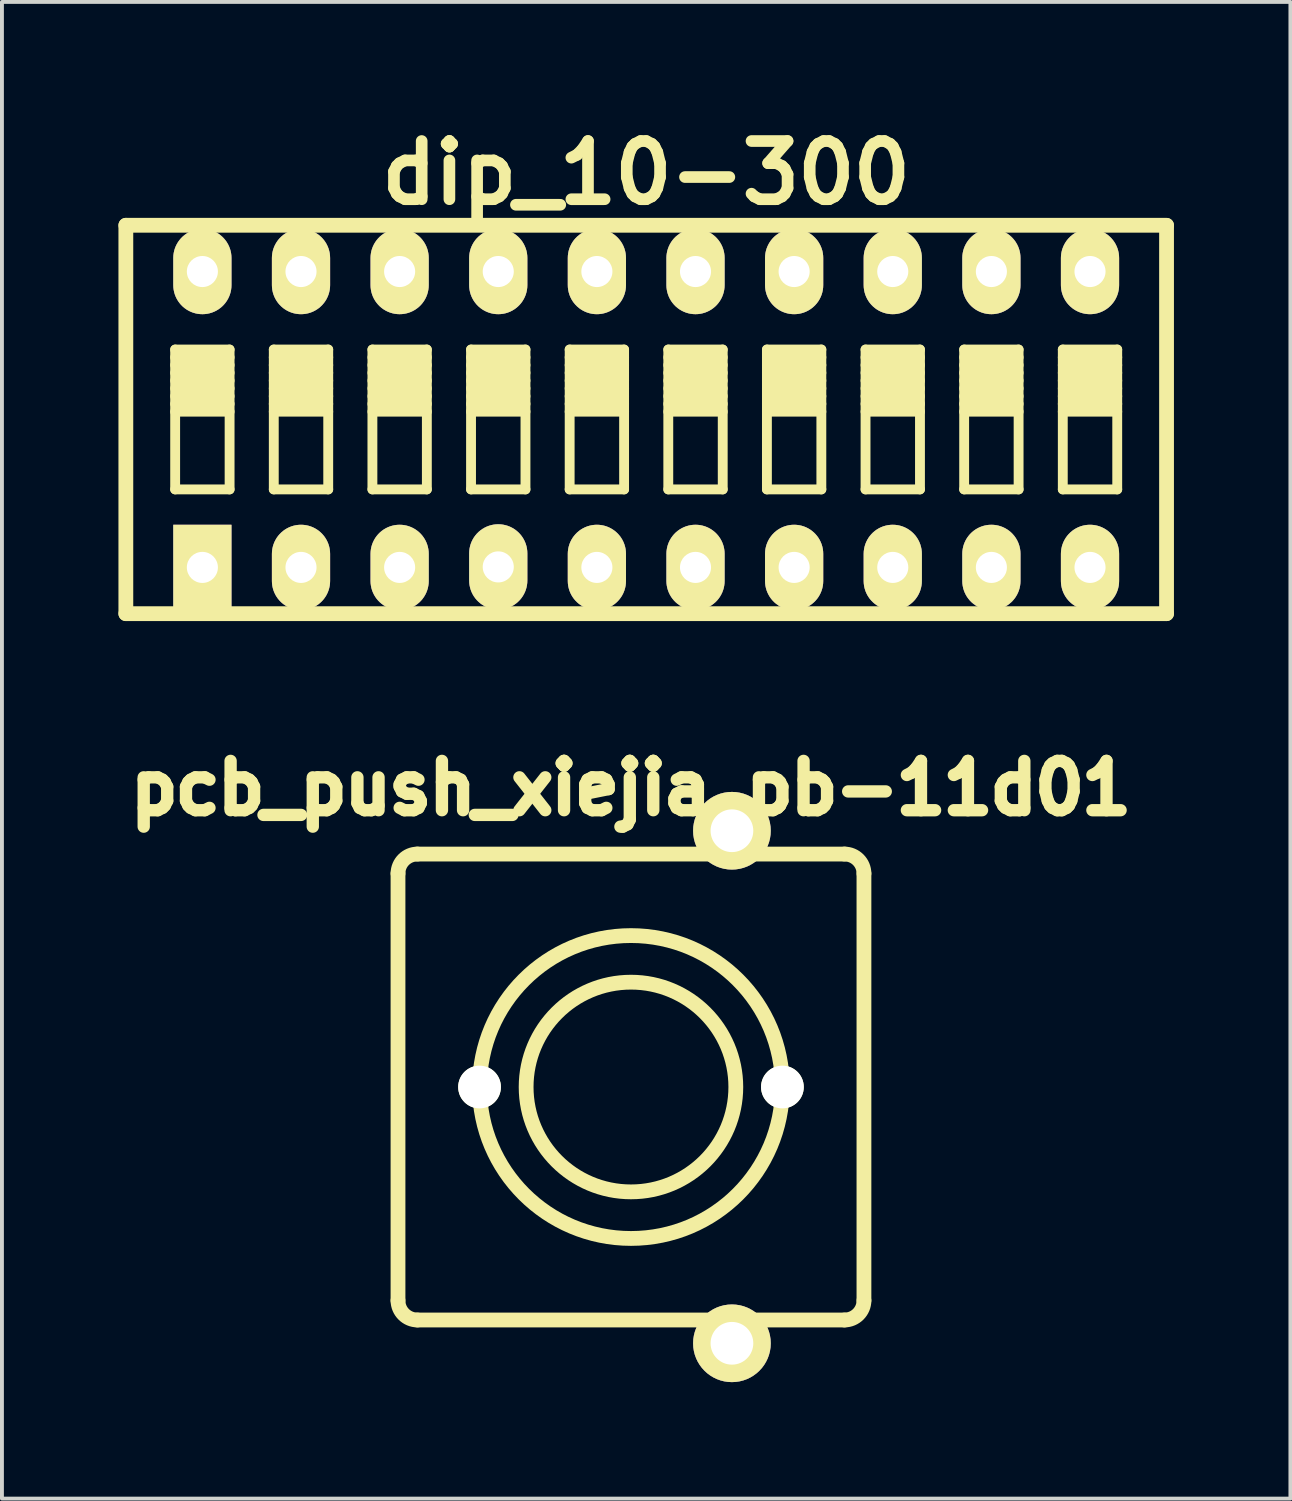
<source format=kicad_pcb>
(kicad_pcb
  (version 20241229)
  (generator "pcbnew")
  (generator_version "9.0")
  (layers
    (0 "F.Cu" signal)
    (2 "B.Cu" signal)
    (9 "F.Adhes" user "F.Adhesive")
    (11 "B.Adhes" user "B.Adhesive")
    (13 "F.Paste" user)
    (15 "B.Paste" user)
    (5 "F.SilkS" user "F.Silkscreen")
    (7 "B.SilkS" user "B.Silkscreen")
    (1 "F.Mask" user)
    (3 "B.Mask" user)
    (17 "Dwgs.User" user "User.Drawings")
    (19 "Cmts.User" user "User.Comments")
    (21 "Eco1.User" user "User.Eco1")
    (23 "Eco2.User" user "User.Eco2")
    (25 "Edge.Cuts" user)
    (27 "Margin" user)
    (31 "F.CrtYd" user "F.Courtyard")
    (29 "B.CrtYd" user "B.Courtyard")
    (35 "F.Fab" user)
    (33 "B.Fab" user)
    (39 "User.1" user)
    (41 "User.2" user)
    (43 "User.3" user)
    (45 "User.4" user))
  (footprint "pcb_push_xiejia_pb-11d01"
    (layer "F.Cu")
    (at 13.2 24.945)
    (property "Reference" "pcb_push_xiejia_pb-11d01" (at 0 -7.7 0) (layer "F.SilkS") (effects (font (size 1.27 1.27) (thickness 0.318))))
    (attr through_hole)
    (fp_line (start -6 5.5) (end -6 -5.5) (stroke (width 0.381) (type solid)) (layer "F.SilkS"))
    (fp_line (start -5.5 -6) (end 5.5 -6) (stroke (width 0.381) (type solid)) (layer "F.SilkS"))
    (fp_line (start 5.5 6) (end -5.5 6) (stroke (width 0.381) (type solid)) (layer "F.SilkS"))
    (fp_line (start 6 -5.5) (end 6 5.5) (stroke (width 0.381) (type solid)) (layer "F.SilkS"))
    (fp_arc (start -6 -5.5) (mid -5.853553 -5.853553) (end -5.5 -6) (stroke (width 0.381) (type solid)) (layer "F.SilkS"))
    (fp_arc (start -5.5 6) (mid -5.853553 5.853553) (end -6 5.5) (stroke (width 0.381) (type solid)) (layer "F.SilkS"))
    (fp_arc (start 5.5 -6) (mid 5.853553 -5.853553) (end 6 -5.5) (stroke (width 0.381) (type solid)) (layer "F.SilkS"))
    (fp_arc (start 6 5.5) (mid 5.853553 5.853553) (end 5.5 6) (stroke (width 0.381) (type solid)) (layer "F.SilkS"))
    (fp_circle (center 0 0) (end 2.7 0) (stroke (width 0.381) (type solid)) (fill no) (layer "F.SilkS"))
    (fp_circle (center 0 0) (end 3.9 0) (stroke (width 0.381) (type solid)) (fill no) (layer "F.SilkS"))
    (pad "" np_thru_hole circle (at -3.9 0) (size 1.1 1.1) (drill 1.1) (layers "*.Cu" "*.Mask" "F.SilkS"))
    (pad "" np_thru_hole circle (at 3.9 0) (size 1.1 1.1) (drill 1.1) (layers "*.Cu" "*.Mask" "F.SilkS"))
    (pad "1" thru_hole circle (at 2.6 -6.6) (size 2 2) (drill 1.1) (layers "*.Cu" "*.Mask" "F.SilkS"))
    (pad "2" thru_hole circle (at 2.6 6.6) (size 2 2) (drill 1.1) (layers "*.Cu" "*.Mask" "F.SilkS")))
  (footprint "dip_10-300"
    (layer "F.Cu")
    (at 13.592 7.753)
    (property "Reference" "dip_10-300" (at 0 -6.35 0) (layer "F.SilkS") (effects (font (size 1.499 1.499) (thickness 0.3))))
    (attr through_hole)
    (fp_line (start -13.401 5.001) (end -13.401 -5.001) (stroke (width 0.381) (type solid)) (layer "F.SilkS"))
    (fp_line (start -13.401 5.001) (end 13.401 5.001) (stroke (width 0.381) (type solid)) (layer "F.SilkS"))
    (fp_line (start -12.131 -1.801) (end -12.131 1.801) (stroke (width 0.254) (type solid)) (layer "F.SilkS"))
    (fp_line (start -12.131 -1.6) (end -10.729 -1.6) (stroke (width 0.254) (type solid)) (layer "F.SilkS"))
    (fp_line (start -12.131 -1.4) (end -10.729 -1.4) (stroke (width 0.254) (type solid)) (layer "F.SilkS"))
    (fp_line (start -12.131 -1.201) (end -10.729 -1.201) (stroke (width 0.254) (type solid)) (layer "F.SilkS"))
    (fp_line (start -12.131 -1.001) (end -10.729 -1.001) (stroke (width 0.254) (type solid)) (layer "F.SilkS"))
    (fp_line (start -12.131 -0.8) (end -10.729 -0.8) (stroke (width 0.254) (type solid)) (layer "F.SilkS"))
    (fp_line (start -12.131 -0.599) (end -10.729 -0.599) (stroke (width 0.254) (type solid)) (layer "F.SilkS"))
    (fp_line (start -12.131 -0.401) (end -10.729 -0.401) (stroke (width 0.254) (type solid)) (layer "F.SilkS"))
    (fp_line (start -12.131 -0.201) (end -10.729 -0.201) (stroke (width 0.254) (type solid)) (layer "F.SilkS"))
    (fp_line (start -12.131 1.801) (end -10.729 1.801) (stroke (width 0.254) (type solid)) (layer "F.SilkS"))
    (fp_line (start -10.729 -1.801) (end -12.131 -1.801) (stroke (width 0.254) (type solid)) (layer "F.SilkS"))
    (fp_line (start -10.729 1.801) (end -10.729 -1.801) (stroke (width 0.254) (type solid)) (layer "F.SilkS"))
    (fp_line (start -9.591 -1.801) (end -9.591 1.801) (stroke (width 0.254) (type solid)) (layer "F.SilkS"))
    (fp_line (start -9.591 -1.6) (end -8.189 -1.6) (stroke (width 0.254) (type solid)) (layer "F.SilkS"))
    (fp_line (start -9.591 -1.4) (end -8.189 -1.4) (stroke (width 0.254) (type solid)) (layer "F.SilkS"))
    (fp_line (start -9.591 -1.201) (end -8.189 -1.201) (stroke (width 0.254) (type solid)) (layer "F.SilkS"))
    (fp_line (start -9.591 -1.001) (end -8.189 -1.001) (stroke (width 0.254) (type solid)) (layer "F.SilkS"))
    (fp_line (start -9.591 -0.8) (end -8.189 -0.8) (stroke (width 0.254) (type solid)) (layer "F.SilkS"))
    (fp_line (start -9.591 -0.599) (end -8.189 -0.599) (stroke (width 0.254) (type solid)) (layer "F.SilkS"))
    (fp_line (start -9.591 -0.401) (end -8.189 -0.401) (stroke (width 0.254) (type solid)) (layer "F.SilkS"))
    (fp_line (start -9.591 -0.201) (end -8.189 -0.201) (stroke (width 0.254) (type solid)) (layer "F.SilkS"))
    (fp_line (start -9.591 1.801) (end -8.189 1.801) (stroke (width 0.254) (type solid)) (layer "F.SilkS"))
    (fp_line (start -8.189 -1.801) (end -9.591 -1.801) (stroke (width 0.254) (type solid)) (layer "F.SilkS"))
    (fp_line (start -8.189 1.801) (end -8.189 -1.801) (stroke (width 0.254) (type solid)) (layer "F.SilkS"))
    (fp_line (start -7.051 -1.801) (end -7.051 1.801) (stroke (width 0.254) (type solid)) (layer "F.SilkS"))
    (fp_line (start -7.051 -1.6) (end -5.649 -1.6) (stroke (width 0.254) (type solid)) (layer "F.SilkS"))
    (fp_line (start -7.051 -1.4) (end -5.649 -1.4) (stroke (width 0.254) (type solid)) (layer "F.SilkS"))
    (fp_line (start -7.051 -1.201) (end -5.649 -1.201) (stroke (width 0.254) (type solid)) (layer "F.SilkS"))
    (fp_line (start -7.051 -1.001) (end -5.649 -1.001) (stroke (width 0.254) (type solid)) (layer "F.SilkS"))
    (fp_line (start -7.051 -0.8) (end -5.649 -0.8) (stroke (width 0.254) (type solid)) (layer "F.SilkS"))
    (fp_line (start -7.051 -0.599) (end -5.649 -0.599) (stroke (width 0.254) (type solid)) (layer "F.SilkS"))
    (fp_line (start -7.051 -0.401) (end -5.649 -0.401) (stroke (width 0.254) (type solid)) (layer "F.SilkS"))
    (fp_line (start -7.051 -0.201) (end -5.649 -0.201) (stroke (width 0.254) (type solid)) (layer "F.SilkS"))
    (fp_line (start -7.051 1.801) (end -5.649 1.801) (stroke (width 0.254) (type solid)) (layer "F.SilkS"))
    (fp_line (start -5.649 -1.801) (end -7.051 -1.801) (stroke (width 0.254) (type solid)) (layer "F.SilkS"))
    (fp_line (start -5.649 1.801) (end -5.649 -1.801) (stroke (width 0.254) (type solid)) (layer "F.SilkS"))
    (fp_line (start -4.511 -1.801) (end -4.511 1.801) (stroke (width 0.254) (type solid)) (layer "F.SilkS"))
    (fp_line (start -4.511 -1.6) (end -3.109 -1.6) (stroke (width 0.254) (type solid)) (layer "F.SilkS"))
    (fp_line (start -4.511 -1.4) (end -3.109 -1.4) (stroke (width 0.254) (type solid)) (layer "F.SilkS"))
    (fp_line (start -4.511 -1.201) (end -3.109 -1.201) (stroke (width 0.254) (type solid)) (layer "F.SilkS"))
    (fp_line (start -4.511 -1.001) (end -3.109 -1.001) (stroke (width 0.254) (type solid)) (layer "F.SilkS"))
    (fp_line (start -4.511 -0.8) (end -3.109 -0.8) (stroke (width 0.254) (type solid)) (layer "F.SilkS"))
    (fp_line (start -4.511 -0.599) (end -3.109 -0.599) (stroke (width 0.254) (type solid)) (layer "F.SilkS"))
    (fp_line (start -4.511 -0.401) (end -3.109 -0.401) (stroke (width 0.254) (type solid)) (layer "F.SilkS"))
    (fp_line (start -4.511 -0.201) (end -3.109 -0.201) (stroke (width 0.254) (type solid)) (layer "F.SilkS"))
    (fp_line (start -4.511 1.801) (end -3.109 1.801) (stroke (width 0.254) (type solid)) (layer "F.SilkS"))
    (fp_line (start -3.109 -1.801) (end -4.511 -1.801) (stroke (width 0.254) (type solid)) (layer "F.SilkS"))
    (fp_line (start -3.109 1.801) (end -3.109 -1.801) (stroke (width 0.254) (type solid)) (layer "F.SilkS"))
    (fp_line (start -1.971 -1.801) (end -1.971 1.801) (stroke (width 0.254) (type solid)) (layer "F.SilkS"))
    (fp_line (start -1.971 -1.6) (end -0.569 -1.6) (stroke (width 0.254) (type solid)) (layer "F.SilkS"))
    (fp_line (start -1.971 -1.4) (end -0.569 -1.4) (stroke (width 0.254) (type solid)) (layer "F.SilkS"))
    (fp_line (start -1.971 -1.201) (end -0.569 -1.201) (stroke (width 0.254) (type solid)) (layer "F.SilkS"))
    (fp_line (start -1.971 -1.001) (end -0.569 -1.001) (stroke (width 0.254) (type solid)) (layer "F.SilkS"))
    (fp_line (start -1.971 -0.8) (end -0.569 -0.8) (stroke (width 0.254) (type solid)) (layer "F.SilkS"))
    (fp_line (start -1.971 -0.599) (end -0.569 -0.599) (stroke (width 0.254) (type solid)) (layer "F.SilkS"))
    (fp_line (start -1.971 -0.401) (end -0.569 -0.401) (stroke (width 0.254) (type solid)) (layer "F.SilkS"))
    (fp_line (start -1.971 -0.201) (end -0.569 -0.201) (stroke (width 0.254) (type solid)) (layer "F.SilkS"))
    (fp_line (start -1.971 1.801) (end -0.569 1.801) (stroke (width 0.254) (type solid)) (layer "F.SilkS"))
    (fp_line (start -0.569 -1.801) (end -1.971 -1.801) (stroke (width 0.254) (type solid)) (layer "F.SilkS"))
    (fp_line (start -0.569 1.801) (end -0.569 -1.801) (stroke (width 0.254) (type solid)) (layer "F.SilkS"))
    (fp_line (start 0.569 -1.801) (end 0.569 1.801) (stroke (width 0.254) (type solid)) (layer "F.SilkS"))
    (fp_line (start 0.569 -1.6) (end 1.971 -1.6) (stroke (width 0.254) (type solid)) (layer "F.SilkS"))
    (fp_line (start 0.569 -1.4) (end 1.971 -1.4) (stroke (width 0.254) (type solid)) (layer "F.SilkS"))
    (fp_line (start 0.569 -1.201) (end 1.971 -1.201) (stroke (width 0.254) (type solid)) (layer "F.SilkS"))
    (fp_line (start 0.569 -1.001) (end 1.971 -1.001) (stroke (width 0.254) (type solid)) (layer "F.SilkS"))
    (fp_line (start 0.569 -0.8) (end 1.971 -0.8) (stroke (width 0.254) (type solid)) (layer "F.SilkS"))
    (fp_line (start 0.569 -0.599) (end 1.971 -0.599) (stroke (width 0.254) (type solid)) (layer "F.SilkS"))
    (fp_line (start 0.569 -0.401) (end 1.971 -0.401) (stroke (width 0.254) (type solid)) (layer "F.SilkS"))
    (fp_line (start 0.569 -0.201) (end 1.971 -0.201) (stroke (width 0.254) (type solid)) (layer "F.SilkS"))
    (fp_line (start 0.569 1.801) (end 1.971 1.801) (stroke (width 0.254) (type solid)) (layer "F.SilkS"))
    (fp_line (start 1.971 -1.801) (end 0.569 -1.801) (stroke (width 0.254) (type solid)) (layer "F.SilkS"))
    (fp_line (start 1.971 1.801) (end 1.971 -1.801) (stroke (width 0.254) (type solid)) (layer "F.SilkS"))
    (fp_line (start 3.109 -1.801) (end 3.109 1.801) (stroke (width 0.254) (type solid)) (layer "F.SilkS"))
    (fp_line (start 3.109 -1.6) (end 4.511 -1.6) (stroke (width 0.254) (type solid)) (layer "F.SilkS"))
    (fp_line (start 3.109 -1.4) (end 4.511 -1.4) (stroke (width 0.254) (type solid)) (layer "F.SilkS"))
    (fp_line (start 3.109 -1.201) (end 4.511 -1.201) (stroke (width 0.254) (type solid)) (layer "F.SilkS"))
    (fp_line (start 3.109 -1.001) (end 4.511 -1.001) (stroke (width 0.254) (type solid)) (layer "F.SilkS"))
    (fp_line (start 3.109 -0.8) (end 4.511 -0.8) (stroke (width 0.254) (type solid)) (layer "F.SilkS"))
    (fp_line (start 3.109 -0.599) (end 4.511 -0.599) (stroke (width 0.254) (type solid)) (layer "F.SilkS"))
    (fp_line (start 3.109 -0.401) (end 4.511 -0.401) (stroke (width 0.254) (type solid)) (layer "F.SilkS"))
    (fp_line (start 3.109 -0.201) (end 4.511 -0.201) (stroke (width 0.254) (type solid)) (layer "F.SilkS"))
    (fp_line (start 3.109 1.801) (end 4.511 1.801) (stroke (width 0.254) (type solid)) (layer "F.SilkS"))
    (fp_line (start 4.511 -1.801) (end 3.109 -1.801) (stroke (width 0.254) (type solid)) (layer "F.SilkS"))
    (fp_line (start 4.511 1.801) (end 4.511 -1.801) (stroke (width 0.254) (type solid)) (layer "F.SilkS"))
    (fp_line (start 5.649 -1.801) (end 5.649 1.801) (stroke (width 0.254) (type solid)) (layer "F.SilkS"))
    (fp_line (start 5.649 -1.6) (end 7.051 -1.6) (stroke (width 0.254) (type solid)) (layer "F.SilkS"))
    (fp_line (start 5.649 -1.4) (end 7.051 -1.4) (stroke (width 0.254) (type solid)) (layer "F.SilkS"))
    (fp_line (start 5.649 -1.201) (end 7.051 -1.201) (stroke (width 0.254) (type solid)) (layer "F.SilkS"))
    (fp_line (start 5.649 -1.001) (end 7.051 -1.001) (stroke (width 0.254) (type solid)) (layer "F.SilkS"))
    (fp_line (start 5.649 -0.8) (end 7.051 -0.8) (stroke (width 0.254) (type solid)) (layer "F.SilkS"))
    (fp_line (start 5.649 -0.599) (end 7.051 -0.599) (stroke (width 0.254) (type solid)) (layer "F.SilkS"))
    (fp_line (start 5.649 -0.401) (end 7.051 -0.401) (stroke (width 0.254) (type solid)) (layer "F.SilkS"))
    (fp_line (start 5.649 -0.201) (end 7.051 -0.201) (stroke (width 0.254) (type solid)) (layer "F.SilkS"))
    (fp_line (start 5.649 1.801) (end 7.051 1.801) (stroke (width 0.254) (type solid)) (layer "F.SilkS"))
    (fp_line (start 7.051 -1.801) (end 5.649 -1.801) (stroke (width 0.254) (type solid)) (layer "F.SilkS"))
    (fp_line (start 7.051 1.801) (end 7.051 -1.801) (stroke (width 0.254) (type solid)) (layer "F.SilkS"))
    (fp_line (start 8.189 -1.801) (end 8.189 1.801) (stroke (width 0.254) (type solid)) (layer "F.SilkS"))
    (fp_line (start 8.189 -1.6) (end 9.591 -1.6) (stroke (width 0.254) (type solid)) (layer "F.SilkS"))
    (fp_line (start 8.189 -1.4) (end 9.591 -1.4) (stroke (width 0.254) (type solid)) (layer "F.SilkS"))
    (fp_line (start 8.189 -1.201) (end 9.591 -1.201) (stroke (width 0.254) (type solid)) (layer "F.SilkS"))
    (fp_line (start 8.189 -1.001) (end 9.591 -1.001) (stroke (width 0.254) (type solid)) (layer "F.SilkS"))
    (fp_line (start 8.189 -0.8) (end 9.591 -0.8) (stroke (width 0.254) (type solid)) (layer "F.SilkS"))
    (fp_line (start 8.189 -0.599) (end 9.591 -0.599) (stroke (width 0.254) (type solid)) (layer "F.SilkS"))
    (fp_line (start 8.189 -0.401) (end 9.591 -0.401) (stroke (width 0.254) (type solid)) (layer "F.SilkS"))
    (fp_line (start 8.189 -0.201) (end 9.591 -0.201) (stroke (width 0.254) (type solid)) (layer "F.SilkS"))
    (fp_line (start 8.189 1.801) (end 9.591 1.801) (stroke (width 0.254) (type solid)) (layer "F.SilkS"))
    (fp_line (start 9.591 -1.801) (end 8.189 -1.801) (stroke (width 0.254) (type solid)) (layer "F.SilkS"))
    (fp_line (start 9.591 1.801) (end 9.591 -1.801) (stroke (width 0.254) (type solid)) (layer "F.SilkS"))
    (fp_line (start 10.729 -1.801) (end 10.729 1.801) (stroke (width 0.254) (type solid)) (layer "F.SilkS"))
    (fp_line (start 10.729 -1.6) (end 12.131 -1.6) (stroke (width 0.254) (type solid)) (layer "F.SilkS"))
    (fp_line (start 10.729 -1.4) (end 12.131 -1.4) (stroke (width 0.254) (type solid)) (layer "F.SilkS"))
    (fp_line (start 10.729 -1.201) (end 12.131 -1.201) (stroke (width 0.254) (type solid)) (layer "F.SilkS"))
    (fp_line (start 10.729 -1.001) (end 12.131 -1.001) (stroke (width 0.254) (type solid)) (layer "F.SilkS"))
    (fp_line (start 10.729 -0.8) (end 12.131 -0.8) (stroke (width 0.254) (type solid)) (layer "F.SilkS"))
    (fp_line (start 10.729 -0.599) (end 12.131 -0.599) (stroke (width 0.254) (type solid)) (layer "F.SilkS"))
    (fp_line (start 10.729 -0.401) (end 12.131 -0.401) (stroke (width 0.254) (type solid)) (layer "F.SilkS"))
    (fp_line (start 10.729 -0.201) (end 12.131 -0.201) (stroke (width 0.254) (type solid)) (layer "F.SilkS"))
    (fp_line (start 10.729 1.801) (end 12.131 1.801) (stroke (width 0.254) (type solid)) (layer "F.SilkS"))
    (fp_line (start 12.131 -1.801) (end 10.729 -1.801) (stroke (width 0.254) (type solid)) (layer "F.SilkS"))
    (fp_line (start 12.131 1.801) (end 12.131 -1.801) (stroke (width 0.254) (type solid)) (layer "F.SilkS"))
    (fp_line (start 13.401 -5.001) (end -13.401 -5.001) (stroke (width 0.381) (type solid)) (layer "F.SilkS"))
    (fp_line (start 13.401 -4.999) (end 13.401 5.001) (stroke (width 0.381) (type solid)) (layer "F.SilkS"))
    (pad "1" thru_hole rect (at -11.43 3.81) (size 1.499 2.197) (drill 0.8) (layers "*.Cu" "*.Mask" "F.SilkS"))
    (pad "2" thru_hole oval (at -8.89 3.81) (size 1.499 2.197) (drill 0.8) (layers "*.Cu" "*.Mask" "F.SilkS"))
    (pad "3" thru_hole oval (at -6.35 3.81) (size 1.499 2.197) (drill 0.8) (layers "*.Cu" "*.Mask" "F.SilkS"))
    (pad "4" thru_hole oval (at -3.81 3.797) (size 1.499 2.197) (drill 0.8) (layers "*.Cu" "*.Mask" "F.SilkS"))
    (pad "5" thru_hole oval (at -1.27 3.81) (size 1.499 2.197) (drill 0.8) (layers "*.Cu" "*.Mask" "F.SilkS"))
    (pad "6" thru_hole oval (at 1.27 3.81) (size 1.499 2.197) (drill 0.8) (layers "*.Cu" "*.Mask" "F.SilkS"))
    (pad "7" thru_hole oval (at 3.81 3.81) (size 1.499 2.197) (drill 0.8) (layers "*.Cu" "*.Mask" "F.SilkS"))
    (pad "8" thru_hole oval (at 6.35 3.81) (size 1.499 2.197) (drill 0.8) (layers "*.Cu" "*.Mask" "F.SilkS"))
    (pad "9" thru_hole oval (at 8.89 3.81) (size 1.499 2.197) (drill 0.8) (layers "*.Cu" "*.Mask" "F.SilkS"))
    (pad "10" thru_hole oval (at 11.43 3.81) (size 1.499 2.197) (drill 0.8) (layers "*.Cu" "*.Mask" "F.SilkS"))
    (pad "11" thru_hole oval (at 11.43 -3.81) (size 1.499 2.197) (drill 0.8) (layers "*.Cu" "*.Mask" "F.SilkS"))
    (pad "12" thru_hole oval (at 8.89 -3.81) (size 1.499 2.197) (drill 0.8) (layers "*.Cu" "*.Mask" "F.SilkS"))
    (pad "13" thru_hole oval (at 6.35 -3.81) (size 1.499 2.197) (drill 0.8) (layers "*.Cu" "*.Mask" "F.SilkS"))
    (pad "14" thru_hole oval (at 3.81 -3.81) (size 1.499 2.197) (drill 0.8) (layers "*.Cu" "*.Mask" "F.SilkS"))
    (pad "15" thru_hole oval (at 1.27 -3.81) (size 1.499 2.197) (drill 0.8) (layers "*.Cu" "*.Mask" "F.SilkS"))
    (pad "16" thru_hole oval (at -1.27 -3.81) (size 1.499 2.197) (drill 0.8) (layers "*.Cu" "*.Mask" "F.SilkS"))
    (pad "17" thru_hole oval (at -3.81 -3.81) (size 1.499 2.197) (drill 0.8) (layers "*.Cu" "*.Mask" "F.SilkS"))
    (pad "18" thru_hole oval (at -6.35 -3.81) (size 1.499 2.197) (drill 0.8) (layers "*.Cu" "*.Mask" "F.SilkS"))
    (pad "19" thru_hole oval (at -8.89 -3.81) (size 1.499 2.197) (drill 0.8) (layers "*.Cu" "*.Mask" "F.SilkS"))
    (pad "20" thru_hole oval (at -11.43 -3.81) (size 1.499 2.197) (drill 0.8) (layers "*.Cu" "*.Mask" "F.SilkS")))
  (gr_rect
    (start -3 -3)
    (end 30.183 35.545)
    (stroke (width 0.1) (type default))
    (fill no)
    (layer "Edge.Cuts")))
</source>
